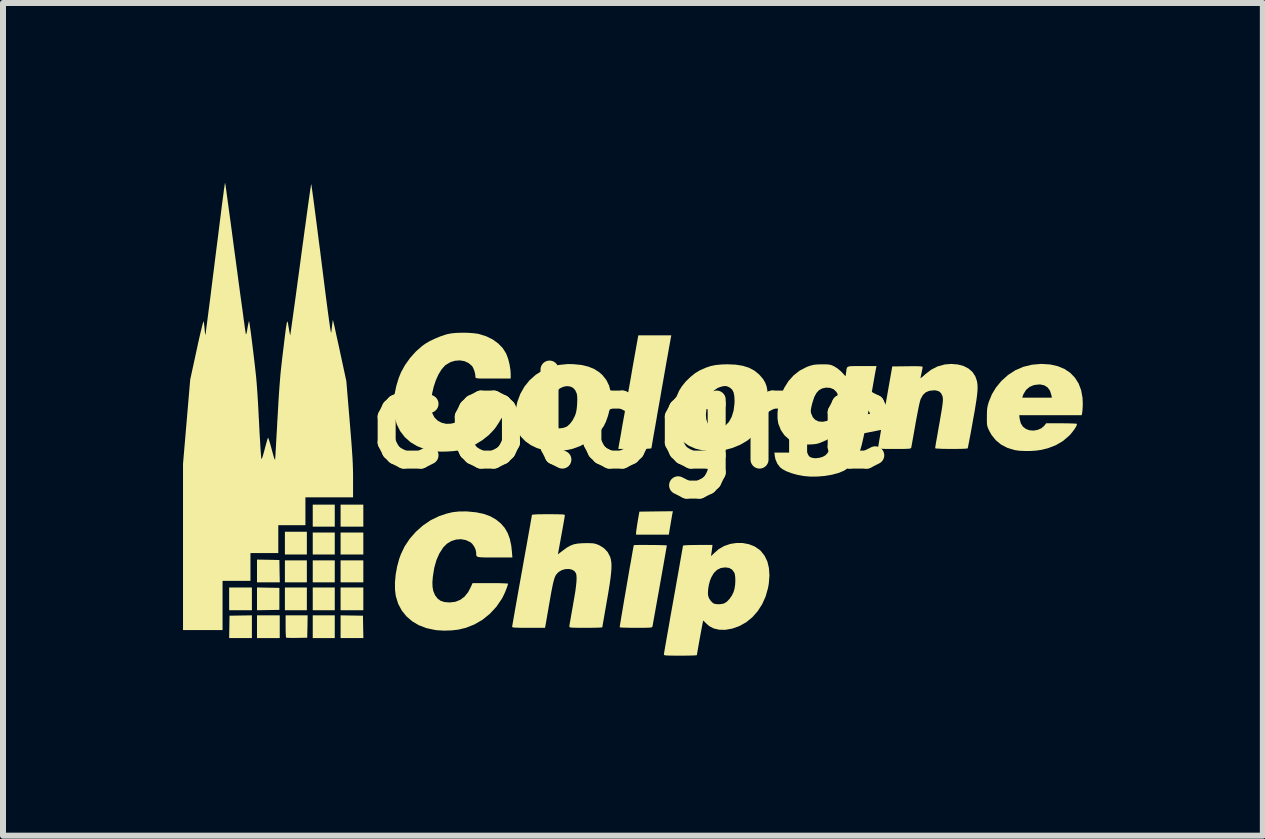
<source format=kicad_pcb>
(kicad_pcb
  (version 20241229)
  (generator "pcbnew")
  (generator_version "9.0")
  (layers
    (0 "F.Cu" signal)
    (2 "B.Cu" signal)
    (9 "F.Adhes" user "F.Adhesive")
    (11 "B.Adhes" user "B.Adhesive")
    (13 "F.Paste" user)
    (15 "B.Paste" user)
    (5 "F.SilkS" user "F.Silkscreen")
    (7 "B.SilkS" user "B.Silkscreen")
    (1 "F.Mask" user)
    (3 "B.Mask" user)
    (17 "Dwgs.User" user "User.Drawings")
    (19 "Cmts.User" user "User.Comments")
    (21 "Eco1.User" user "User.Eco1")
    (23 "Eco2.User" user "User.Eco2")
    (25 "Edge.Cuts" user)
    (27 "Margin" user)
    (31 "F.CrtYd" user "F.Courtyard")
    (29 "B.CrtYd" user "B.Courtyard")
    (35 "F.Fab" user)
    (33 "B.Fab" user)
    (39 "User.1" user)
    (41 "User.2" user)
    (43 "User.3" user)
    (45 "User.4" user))
  (footprint "cologne"
    (layer "F.Cu")
    (at 7.501 3.931)
    (property "Reference" "cologne" (at 0 0 0) (layer "F.SilkS") (effects (font (size 1.5 1.5) (thickness 0.3))))
    (attr board_only exclude_from_pos_files exclude_from_bom)
    (fp_poly (pts (xy -6.353 2.999) (xy -6.353 3.189) (xy -6.542 3.189) (xy -6.732 3.189) (xy -6.732 2.999) (xy -6.732 2.81) (xy -6.542 2.81) (xy -6.353 2.81)) (stroke (width 0) (type solid)) (fill yes) (layer "F.SilkS"))
    (fp_poly (pts (xy -6.353 3.463) (xy -6.353 3.653) (xy -6.543 3.653) (xy -6.732 3.653) (xy -6.729 3.467) (xy -6.726 3.28) (xy -6.539 3.277) (xy -6.353 3.274)) (stroke (width 0) (type solid)) (fill yes) (layer "F.SilkS"))
    (fp_poly (pts (xy -6.081 2.348) (xy -5.895 2.352) (xy -5.892 2.538) (xy -5.888 2.724) (xy -6.078 2.724) (xy -6.268 2.724) (xy -6.268 2.535) (xy -6.268 2.345)) (stroke (width 0) (type solid)) (fill yes) (layer "F.SilkS"))
    (fp_poly (pts (xy -6.081 2.813) (xy -5.895 2.816) (xy -5.895 2.999) (xy -5.895 3.183) (xy -6.081 3.186) (xy -6.268 3.189) (xy -6.268 2.999) (xy -6.268 2.809)) (stroke (width 0) (type solid)) (fill yes) (layer "F.SilkS"))
    (fp_poly (pts (xy -5.889 3.464) (xy -5.889 3.653) (xy -6.078 3.653) (xy -6.268 3.653) (xy -6.268 3.464) (xy -6.268 3.274) (xy -6.078 3.274) (xy -5.889 3.274)) (stroke (width 0) (type solid)) (fill yes) (layer "F.SilkS"))
    (fp_poly (pts (xy -5.437 2.071) (xy -5.437 2.26) (xy -5.62 2.26) (xy -5.803 2.26) (xy -5.803 2.071) (xy -5.803 1.881) (xy -5.62 1.881) (xy -5.437 1.881)) (stroke (width 0) (type solid)) (fill yes) (layer "F.SilkS"))
    (fp_poly (pts (xy -5.437 2.541) (xy -5.437 2.724) (xy -5.62 2.724) (xy -5.803 2.724) (xy -5.803 2.541) (xy -5.803 2.358) (xy -5.62 2.358) (xy -5.437 2.358)) (stroke (width 0) (type solid)) (fill yes) (layer "F.SilkS"))
    (fp_poly (pts (xy -5.437 2.999) (xy -5.437 3.189) (xy -5.62 3.189) (xy -5.803 3.189) (xy -5.803 2.999) (xy -5.803 2.81) (xy -5.62 2.81) (xy -5.437 2.81)) (stroke (width 0) (type solid)) (fill yes) (layer "F.SilkS"))
    (fp_poly (pts (xy -4.972 1.613) (xy -4.972 1.796) (xy -5.156 1.796) (xy -5.339 1.796) (xy -5.339 1.613) (xy -5.339 1.429) (xy -5.156 1.429) (xy -4.972 1.429)) (stroke (width 0) (type solid)) (fill yes) (layer "F.SilkS"))
    (fp_poly (pts (xy -4.972 2.077) (xy -4.972 2.26) (xy -5.156 2.26) (xy -5.339 2.26) (xy -5.339 2.077) (xy -5.339 1.894) (xy -5.156 1.894) (xy -4.972 1.894)) (stroke (width 0) (type solid)) (fill yes) (layer "F.SilkS"))
    (fp_poly (pts (xy -4.972 2.541) (xy -4.972 2.724) (xy -5.156 2.724) (xy -5.339 2.724) (xy -5.339 2.541) (xy -5.339 2.358) (xy -5.156 2.358) (xy -4.972 2.358)) (stroke (width 0) (type solid)) (fill yes) (layer "F.SilkS"))
    (fp_poly (pts (xy -4.972 2.999) (xy -4.972 3.189) (xy -5.156 3.189) (xy -5.339 3.189) (xy -5.339 2.999) (xy -5.339 2.81) (xy -5.156 2.81) (xy -4.972 2.81)) (stroke (width 0) (type solid)) (fill yes) (layer "F.SilkS"))
    (fp_poly (pts (xy -4.972 3.464) (xy -4.972 3.653) (xy -5.156 3.653) (xy -5.339 3.653) (xy -5.339 3.464) (xy -5.339 3.274) (xy -5.156 3.274) (xy -4.972 3.274)) (stroke (width 0) (type solid)) (fill yes) (layer "F.SilkS"))
    (fp_poly (pts (xy -4.688 3.277) (xy -4.502 3.28) (xy -4.499 3.467) (xy -4.495 3.653) (xy -4.685 3.653) (xy -4.875 3.653) (xy -4.875 3.463) (xy -4.875 3.274)) (stroke (width 0) (type solid)) (fill yes) (layer "F.SilkS"))
    (fp_poly (pts (xy -4.496 1.613) (xy -4.496 1.796) (xy -4.685 1.796) (xy -4.875 1.796) (xy -4.875 1.613) (xy -4.875 1.429) (xy -4.685 1.429) (xy -4.496 1.429)) (stroke (width 0) (type solid)) (fill yes) (layer "F.SilkS"))
    (fp_poly (pts (xy -4.496 2.077) (xy -4.496 2.26) (xy -4.685 2.26) (xy -4.875 2.26) (xy -4.875 2.077) (xy -4.875 1.894) (xy -4.685 1.894) (xy -4.496 1.894)) (stroke (width 0) (type solid)) (fill yes) (layer "F.SilkS"))
    (fp_poly (pts (xy -4.496 2.541) (xy -4.496 2.724) (xy -4.685 2.724) (xy -4.875 2.724) (xy -4.875 2.541) (xy -4.875 2.358) (xy -4.685 2.358) (xy -4.496 2.358)) (stroke (width 0) (type solid)) (fill yes) (layer "F.SilkS"))
    (fp_poly (pts (xy -4.496 2.999) (xy -4.496 3.189) (xy -4.685 3.189) (xy -4.875 3.189) (xy -4.875 2.999) (xy -4.875 2.81) (xy -4.685 2.81) (xy -4.496 2.81)) (stroke (width 0) (type solid)) (fill yes) (layer "F.SilkS"))
    (fp_poly (pts (xy -5.427 3.461) (xy -5.431 3.647) (xy -5.602 3.65) (xy -5.665 3.651) (xy -5.718 3.65) (xy -5.758 3.649) (xy -5.78 3.646) (xy -5.783 3.645) (xy -5.786 3.631) (xy -5.788 3.596) (xy -5.79 3.546) (xy -5.791 3.485) (xy -5.791 3.455) (xy -5.791 3.274) (xy -5.607 3.274) (xy -5.424 3.274)) (stroke (width 0) (type solid)) (fill yes) (layer "F.SilkS"))
    (fp_poly (pts (xy 0.656 1.573) (xy 0.651 1.597) (xy 0.644 1.64) (xy 0.634 1.696) (xy 0.624 1.758) (xy 0.622 1.768) (xy 0.595 1.93) (xy 0.322 1.93) (xy 0.049 1.93) (xy 0.05 1.897) (xy 0.052 1.872) (xy 0.058 1.829) (xy 0.066 1.774) (xy 0.076 1.712) (xy 0.077 1.704) (xy 0.105 1.546) (xy 0.384 1.542) (xy 0.663 1.539)) (stroke (width 0) (type solid)) (fill yes) (layer "F.SilkS"))
    (fp_poly (pts (xy 0.63 -1.359) (xy 0.626 -1.338) (xy 0.619 -1.296) (xy 0.608 -1.236) (xy 0.594 -1.158) (xy 0.578 -1.067) (xy 0.559 -0.963) (xy 0.539 -0.85) (xy 0.518 -0.73) (xy 0.496 -0.604) (xy 0.473 -0.475) (xy 0.451 -0.345) (xy 0.428 -0.218) (xy 0.406 -0.093) (xy 0.386 0.024) (xy 0.367 0.134) (xy 0.349 0.233) (xy 0.334 0.319) (xy 0.322 0.39) (xy 0.313 0.443) (xy 0.307 0.477) (xy 0.305 0.489) (xy 0.293 0.493) (xy 0.259 0.496) (xy 0.203 0.499) (xy 0.127 0.5) (xy 0.033 0.501) (xy 0.029 0.501) (xy -0.247 0.501) (xy -0.24 0.461) (xy -0.237 0.443) (xy -0.23 0.402) (xy -0.219 0.342) (xy -0.205 0.263) (xy -0.189 0.169) (xy -0.17 0.06) (xy -0.148 -0.06) (xy -0.125 -0.191) (xy -0.101 -0.329) (xy -0.08 -0.452) (xy -0.054 -0.596) (xy -0.03 -0.733) (xy -0.008 -0.862) (xy 0.013 -0.98) (xy 0.032 -1.086) (xy 0.048 -1.177) (xy 0.062 -1.253) (xy 0.072 -1.309) (xy 0.078 -1.346) (xy 0.081 -1.359) (xy 0.087 -1.393) (xy 0.362 -1.393) (xy 0.637 -1.393)) (stroke (width 0) (type solid)) (fill yes) (layer "F.SilkS"))
    (fp_poly (pts (xy 0.23 2.101) (xy 0.301 2.102) (xy 0.371 2.102) (xy 0.436 2.103) (xy 0.491 2.105) (xy 0.533 2.106) (xy 0.558 2.108) (xy 0.562 2.109) (xy 0.56 2.122) (xy 0.554 2.157) (xy 0.545 2.21) (xy 0.533 2.28) (xy 0.518 2.363) (xy 0.502 2.456) (xy 0.484 2.558) (xy 0.465 2.665) (xy 0.445 2.776) (xy 0.426 2.886) (xy 0.406 2.994) (xy 0.388 3.096) (xy 0.371 3.191) (xy 0.356 3.275) (xy 0.343 3.347) (xy 0.333 3.402) (xy 0.327 3.439) (xy 0.323 3.454) (xy 0.321 3.463) (xy 0.316 3.47) (xy 0.305 3.475) (xy 0.286 3.478) (xy 0.255 3.48) (xy 0.209 3.481) (xy 0.145 3.482) (xy 0.06 3.482) (xy 0.049 3.482) (xy -0.029 3.482) (xy -0.099 3.48) (xy -0.156 3.479) (xy -0.198 3.477) (xy -0.22 3.474) (xy -0.223 3.473) (xy -0.222 3.46) (xy -0.217 3.426) (xy -0.208 3.373) (xy -0.197 3.304) (xy -0.183 3.221) (xy -0.167 3.127) (xy -0.15 3.025) (xy -0.131 2.917) (xy -0.112 2.806) (xy -0.093 2.694) (xy -0.074 2.584) (xy -0.056 2.479) (xy -0.038 2.382) (xy -0.023 2.294) (xy -0.01 2.218) (xy 0.001 2.158) (xy 0.009 2.116) (xy 0.012 2.104) (xy 0.023 2.103) (xy 0.055 2.102) (xy 0.103 2.101) (xy 0.163 2.101)) (stroke (width 0) (type solid)) (fill yes) (layer "F.SilkS"))
    (fp_poly (pts (xy -0.996 -0.912) (xy -0.863 -0.899) (xy -0.749 -0.872) (xy -0.651 -0.833) (xy -0.565 -0.778) (xy -0.512 -0.731) (xy -0.446 -0.649) (xy -0.4 -0.554) (xy -0.375 -0.457) (xy -0.368 -0.367) (xy -0.374 -0.265) (xy -0.391 -0.156) (xy -0.419 -0.048) (xy -0.455 0.052) (xy -0.491 0.124) (xy -0.563 0.223) (xy -0.655 0.313) (xy -0.764 0.391) (xy -0.887 0.455) (xy -1.015 0.501) (xy -1.091 0.517) (xy -1.182 0.528) (xy -1.279 0.533) (xy -1.374 0.532) (xy -1.459 0.525) (xy -1.497 0.519) (xy -1.606 0.485) (xy -1.707 0.436) (xy -1.795 0.373) (xy -1.867 0.299) (xy -1.901 0.25) (xy -1.937 0.167) (xy -1.958 0.069) (xy -1.964 -0.04) (xy -1.963 -0.056) (xy -1.405 -0.056) (xy -1.398 0.017) (xy -1.376 0.078) (xy -1.344 0.123) (xy -1.327 0.136) (xy -1.281 0.153) (xy -1.223 0.158) (xy -1.163 0.15) (xy -1.11 0.131) (xy -1.097 0.123) (xy -1.051 0.081) (xy -1.007 0.022) (xy -0.972 -0.046) (xy -0.959 -0.079) (xy -0.946 -0.129) (xy -0.937 -0.192) (xy -0.932 -0.262) (xy -0.93 -0.33) (xy -0.933 -0.388) (xy -0.939 -0.422) (xy -0.965 -0.479) (xy -1.003 -0.519) (xy -1.052 -0.541) (xy -1.106 -0.546) (xy -1.164 -0.535) (xy -1.22 -0.508) (xy -1.273 -0.466) (xy -1.318 -0.408) (xy -1.337 -0.375) (xy -1.361 -0.311) (xy -1.382 -0.234) (xy -1.397 -0.152) (xy -1.405 -0.075) (xy -1.405 -0.056) (xy -1.963 -0.056) (xy -1.955 -0.156) (xy -1.931 -0.275) (xy -1.93 -0.281) (xy -1.88 -0.416) (xy -1.811 -0.538) (xy -1.725 -0.644) (xy -1.623 -0.735) (xy -1.506 -0.808) (xy -1.377 -0.863) (xy -1.237 -0.899) (xy -1.088 -0.914)) (stroke (width 0) (type solid)) (fill yes) (layer "F.SilkS"))
    (fp_poly (pts (xy 1.708 -0.904) (xy 1.827 -0.885) (xy 1.93 -0.853) (xy 2.019 -0.806) (xy 2.096 -0.744) (xy 2.114 -0.725) (xy 2.166 -0.664) (xy 2.202 -0.604) (xy 2.226 -0.539) (xy 2.24 -0.461) (xy 2.246 -0.379) (xy 2.24 -0.225) (xy 2.214 -0.082) (xy 2.166 0.049) (xy 2.099 0.167) (xy 2.013 0.27) (xy 1.908 0.359) (xy 1.786 0.431) (xy 1.647 0.487) (xy 1.517 0.52) (xy 1.437 0.531) (xy 1.345 0.535) (xy 1.251 0.534) (xy 1.166 0.526) (xy 1.152 0.524) (xy 1.036 0.495) (xy 0.93 0.448) (xy 0.838 0.385) (xy 0.762 0.31) (xy 0.706 0.223) (xy 0.702 0.214) (xy 0.669 0.117) (xy 0.655 0.009) (xy 0.657 -0.071) (xy 1.213 -0.071) (xy 1.219 0.006) (xy 1.241 0.069) (xy 1.278 0.12) (xy 1.278 0.12) (xy 1.301 0.142) (xy 1.321 0.154) (xy 1.345 0.158) (xy 1.382 0.158) (xy 1.404 0.157) (xy 1.454 0.152) (xy 1.488 0.144) (xy 1.516 0.129) (xy 1.535 0.115) (xy 1.597 0.05) (xy 1.643 -0.034) (xy 1.674 -0.134) (xy 1.689 -0.25) (xy 1.691 -0.299) (xy 1.687 -0.38) (xy 1.675 -0.441) (xy 1.652 -0.486) (xy 1.617 -0.518) (xy 1.595 -0.53) (xy 1.563 -0.544) (xy 1.535 -0.548) (xy 1.499 -0.544) (xy 1.481 -0.54) (xy 1.411 -0.517) (xy 1.354 -0.477) (xy 1.308 -0.42) (xy 1.27 -0.342) (xy 1.248 -0.273) (xy 1.223 -0.163) (xy 1.213 -0.071) (xy 0.657 -0.071) (xy 0.658 -0.109) (xy 0.679 -0.232) (xy 0.717 -0.355) (xy 0.767 -0.47) (xy 0.815 -0.546) (xy 0.88 -0.625) (xy 0.955 -0.698) (xy 1.034 -0.762) (xy 1.11 -0.808) (xy 1.112 -0.809) (xy 1.204 -0.85) (xy 1.291 -0.88) (xy 1.379 -0.898) (xy 1.477 -0.907) (xy 1.57 -0.91)) (stroke (width 0) (type solid)) (fill yes) (layer "F.SilkS"))
    (fp_poly (pts (xy 6.952 -0.907) (xy 7.079 -0.878) (xy 7.191 -0.831) (xy 7.286 -0.767) (xy 7.364 -0.686) (xy 7.425 -0.589) (xy 7.467 -0.478) (xy 7.49 -0.352) (xy 7.494 -0.263) (xy 7.493 -0.207) (xy 7.49 -0.155) (xy 7.486 -0.115) (xy 7.485 -0.107) (xy 7.476 -0.061) (xy 6.956 -0.061) (xy 6.435 -0.061) (xy 6.443 0.001) (xy 6.461 0.074) (xy 6.497 0.13) (xy 6.547 0.168) (xy 6.607 0.19) (xy 6.675 0.195) (xy 6.742 0.183) (xy 6.803 0.157) (xy 6.85 0.117) (xy 6.855 0.111) (xy 6.883 0.073) (xy 7.137 0.073) (xy 7.213 0.074) (xy 7.28 0.075) (xy 7.336 0.077) (xy 7.375 0.079) (xy 7.395 0.082) (xy 7.396 0.083) (xy 7.395 0.101) (xy 7.38 0.133) (xy 7.355 0.173) (xy 7.322 0.217) (xy 7.286 0.261) (xy 7.263 0.284) (xy 7.162 0.37) (xy 7.046 0.438) (xy 6.914 0.489) (xy 6.793 0.518) (xy 6.713 0.529) (xy 6.621 0.535) (xy 6.526 0.535) (xy 6.437 0.531) (xy 6.362 0.52) (xy 6.355 0.519) (xy 6.236 0.482) (xy 6.131 0.427) (xy 6.043 0.354) (xy 5.972 0.265) (xy 5.94 0.208) (xy 5.921 0.169) (xy 5.909 0.139) (xy 5.901 0.11) (xy 5.897 0.076) (xy 5.896 0.032) (xy 5.896 -0.03) (xy 5.896 -0.037) (xy 5.897 -0.107) (xy 5.9 -0.16) (xy 5.906 -0.204) (xy 5.917 -0.247) (xy 5.929 -0.287) (xy 5.957 -0.354) (xy 6.486 -0.354) (xy 6.732 -0.354) (xy 6.979 -0.354) (xy 6.97 -0.4) (xy 6.947 -0.471) (xy 6.908 -0.524) (xy 6.854 -0.559) (xy 6.785 -0.574) (xy 6.766 -0.574) (xy 6.681 -0.564) (xy 6.608 -0.533) (xy 6.55 -0.484) (xy 6.508 -0.417) (xy 6.494 -0.382) (xy 6.486 -0.354) (xy 5.957 -0.354) (xy 5.98 -0.411) (xy 6.048 -0.523) (xy 6.137 -0.631) (xy 6.138 -0.632) (xy 6.249 -0.732) (xy 6.371 -0.811) (xy 6.504 -0.868) (xy 6.647 -0.903) (xy 6.8 -0.916) (xy 6.811 -0.916)) (stroke (width 0) (type solid)) (fill yes) (layer "F.SilkS"))
    (fp_poly (pts (xy -2.761 1.543) (xy -2.616 1.557) (xy -2.49 1.583) (xy -2.38 1.623) (xy -2.285 1.677) (xy -2.202 1.745) (xy -2.139 1.818) (xy -2.091 1.901) (xy -2.055 1.997) (xy -2.031 2.109) (xy -2.02 2.208) (xy -2.012 2.309) (xy -2.306 2.309) (xy -2.401 2.309) (xy -2.474 2.309) (xy -2.528 2.307) (xy -2.566 2.304) (xy -2.591 2.298) (xy -2.606 2.289) (xy -2.613 2.275) (xy -2.615 2.258) (xy -2.615 2.234) (xy -2.615 2.231) (xy -2.624 2.181) (xy -2.648 2.128) (xy -2.682 2.081) (xy -2.711 2.056) (xy -2.786 2.02) (xy -2.867 2.005) (xy -2.949 2.011) (xy -3.029 2.036) (xy -3.102 2.08) (xy -3.163 2.141) (xy -3.165 2.144) (xy -3.229 2.243) (xy -3.278 2.355) (xy -3.314 2.483) (xy -3.337 2.628) (xy -3.345 2.725) (xy -3.342 2.805) (xy -3.329 2.871) (xy -3.304 2.931) (xy -3.299 2.941) (xy -3.258 2.995) (xy -3.207 3.032) (xy -3.142 3.053) (xy -3.06 3.059) (xy -3.054 3.059) (xy -2.961 3.048) (xy -2.879 3.015) (xy -2.809 2.962) (xy -2.749 2.887) (xy -2.711 2.815) (xy -2.675 2.737) (xy -2.383 2.737) (xy -2.301 2.737) (xy -2.227 2.738) (xy -2.166 2.74) (xy -2.119 2.742) (xy -2.091 2.744) (xy -2.085 2.746) (xy -2.087 2.761) (xy -2.097 2.793) (xy -2.113 2.836) (xy -2.132 2.884) (xy -2.154 2.933) (xy -2.175 2.975) (xy -2.188 2.999) (xy -2.28 3.133) (xy -2.388 3.249) (xy -2.509 3.347) (xy -2.643 3.425) (xy -2.787 3.482) (xy -2.912 3.512) (xy -3.026 3.525) (xy -3.149 3.529) (xy -3.269 3.522) (xy -3.305 3.517) (xy -3.445 3.487) (xy -3.572 3.438) (xy -3.683 3.372) (xy -3.778 3.29) (xy -3.856 3.193) (xy -3.915 3.082) (xy -3.953 2.959) (xy -3.954 2.957) (xy -3.968 2.849) (xy -3.969 2.727) (xy -3.957 2.596) (xy -3.933 2.463) (xy -3.898 2.333) (xy -3.872 2.261) (xy -3.808 2.126) (xy -3.722 1.997) (xy -3.619 1.88) (xy -3.502 1.776) (xy -3.374 1.689) (xy -3.238 1.623) (xy -3.231 1.62) (xy -3.116 1.581) (xy -3.009 1.555) (xy -2.902 1.543) (xy -2.785 1.542)) (stroke (width 0) (type solid)) (fill yes) (layer "F.SilkS"))
    (fp_poly (pts (xy -2.76 -1.435) (xy -2.669 -1.429) (xy -2.59 -1.419) (xy -2.563 -1.413) (xy -2.446 -1.376) (xy -2.34 -1.324) (xy -2.248 -1.257) (xy -2.173 -1.18) (xy -2.118 -1.093) (xy -2.114 -1.085) (xy -2.082 -1) (xy -2.058 -0.903) (xy -2.043 -0.805) (xy -2.04 -0.746) (xy -2.04 -0.672) (xy -2.334 -0.672) (xy -2.426 -0.672) (xy -2.496 -0.672) (xy -2.548 -0.673) (xy -2.584 -0.675) (xy -2.607 -0.678) (xy -2.62 -0.682) (xy -2.625 -0.687) (xy -2.627 -0.694) (xy -2.627 -0.696) (xy -2.632 -0.747) (xy -2.646 -0.802) (xy -2.666 -0.851) (xy -2.684 -0.881) (xy -2.741 -0.93) (xy -2.81 -0.962) (xy -2.886 -0.975) (xy -2.966 -0.969) (xy -3.044 -0.946) (xy -3.116 -0.903) (xy -3.139 -0.885) (xy -3.194 -0.822) (xy -3.244 -0.74) (xy -3.287 -0.644) (xy -3.322 -0.539) (xy -3.348 -0.43) (xy -3.363 -0.323) (xy -3.366 -0.222) (xy -3.355 -0.132) (xy -3.344 -0.089) (xy -3.309 -0.022) (xy -3.257 0.029) (xy -3.192 0.064) (xy -3.118 0.082) (xy -3.037 0.08) (xy -2.953 0.06) (xy -2.911 0.042) (xy -2.851 0.004) (xy -2.801 -0.047) (xy -2.755 -0.117) (xy -2.736 -0.156) (xy -2.699 -0.232) (xy -2.399 -0.232) (xy -2.1 -0.232) (xy -2.108 -0.205) (xy -2.137 -0.126) (xy -2.18 -0.037) (xy -2.231 0.053) (xy -2.287 0.138) (xy -2.314 0.174) (xy -2.402 0.267) (xy -2.509 0.352) (xy -2.628 0.426) (xy -2.755 0.483) (xy -2.853 0.514) (xy -2.922 0.528) (xy -3.007 0.538) (xy -3.099 0.544) (xy -3.192 0.546) (xy -3.275 0.543) (xy -3.329 0.537) (xy -3.472 0.504) (xy -3.6 0.454) (xy -3.712 0.387) (xy -3.806 0.303) (xy -3.882 0.204) (xy -3.939 0.089) (xy -3.977 -0.039) (xy -3.979 -0.05) (xy -3.991 -0.161) (xy -3.989 -0.285) (xy -3.974 -0.417) (xy -3.946 -0.55) (xy -3.907 -0.679) (xy -3.868 -0.776) (xy -3.801 -0.897) (xy -3.717 -1.015) (xy -3.621 -1.122) (xy -3.517 -1.214) (xy -3.464 -1.252) (xy -3.391 -1.295) (xy -3.303 -1.337) (xy -3.209 -1.376) (xy -3.119 -1.406) (xy -3.097 -1.412) (xy -3.031 -1.425) (xy -2.948 -1.433) (xy -2.856 -1.436)) (stroke (width 0) (type solid)) (fill yes) (layer "F.SilkS"))
    (fp_poly (pts (xy 5.411 -0.907) (xy 5.508 -0.881) (xy 5.59 -0.839) (xy 5.656 -0.782) (xy 5.703 -0.71) (xy 5.729 -0.635) (xy 5.736 -0.597) (xy 5.74 -0.558) (xy 5.741 -0.514) (xy 5.739 -0.463) (xy 5.733 -0.403) (xy 5.724 -0.33) (xy 5.71 -0.241) (xy 5.693 -0.135) (xy 5.67 -0.009) (xy 5.662 0.037) (xy 5.644 0.138) (xy 5.627 0.232) (xy 5.611 0.315) (xy 5.598 0.385) (xy 5.587 0.44) (xy 5.58 0.476) (xy 5.576 0.491) (xy 5.576 0.491) (xy 5.562 0.494) (xy 5.529 0.497) (xy 5.48 0.499) (xy 5.419 0.5) (xy 5.352 0.501) (xy 5.282 0.501) (xy 5.213 0.5) (xy 5.15 0.499) (xy 5.096 0.496) (xy 5.057 0.494) (xy 5.036 0.49) (xy 5.034 0.489) (xy 5.036 0.474) (xy 5.041 0.438) (xy 5.05 0.385) (xy 5.062 0.318) (xy 5.076 0.24) (xy 5.088 0.168) (xy 5.11 0.046) (xy 5.127 -0.055) (xy 5.141 -0.136) (xy 5.151 -0.201) (xy 5.158 -0.252) (xy 5.162 -0.292) (xy 5.163 -0.322) (xy 5.162 -0.346) (xy 5.159 -0.366) (xy 5.156 -0.378) (xy 5.133 -0.428) (xy 5.096 -0.46) (xy 5.043 -0.475) (xy 5.014 -0.476) (xy 4.937 -0.468) (xy 4.876 -0.442) (xy 4.829 -0.397) (xy 4.793 -0.331) (xy 4.789 -0.321) (xy 4.781 -0.292) (xy 4.769 -0.243) (xy 4.755 -0.177) (xy 4.74 -0.099) (xy 4.723 -0.011) (xy 4.706 0.083) (xy 4.703 0.101) (xy 4.687 0.192) (xy 4.672 0.276) (xy 4.659 0.35) (xy 4.648 0.41) (xy 4.64 0.454) (xy 4.636 0.477) (xy 4.635 0.48) (xy 4.631 0.486) (xy 4.622 0.492) (xy 4.606 0.496) (xy 4.578 0.498) (xy 4.536 0.5) (xy 4.477 0.501) (xy 4.398 0.501) (xy 4.355 0.501) (xy 4.262 0.501) (xy 4.191 0.5) (xy 4.14 0.498) (xy 4.106 0.495) (xy 4.087 0.491) (xy 4.081 0.486) (xy 4.081 0.486) (xy 4.084 0.471) (xy 4.09 0.435) (xy 4.099 0.379) (xy 4.112 0.305) (xy 4.127 0.217) (xy 4.145 0.115) (xy 4.165 0.003) (xy 4.186 -0.118) (xy 4.201 -0.202) (xy 4.319 -0.874) (xy 4.573 -0.877) (xy 4.661 -0.878) (xy 4.727 -0.878) (xy 4.775 -0.876) (xy 4.805 -0.874) (xy 4.821 -0.87) (xy 4.825 -0.865) (xy 4.823 -0.845) (xy 4.816 -0.81) (xy 4.808 -0.77) (xy 4.799 -0.728) (xy 4.792 -0.695) (xy 4.79 -0.68) (xy 4.798 -0.683) (xy 4.819 -0.699) (xy 4.851 -0.727) (xy 4.868 -0.743) (xy 4.968 -0.82) (xy 5.076 -0.875) (xy 5.193 -0.907) (xy 5.301 -0.916)) (stroke (width 0) (type solid)) (fill yes) (layer "F.SilkS"))
    (fp_poly (pts (xy 1.827 2.069) (xy 1.928 2.088) (xy 2.022 2.124) (xy 2.105 2.18) (xy 2.131 2.204) (xy 2.193 2.283) (xy 2.238 2.378) (xy 2.264 2.487) (xy 2.272 2.609) (xy 2.262 2.742) (xy 2.249 2.817) (xy 2.209 2.959) (xy 2.151 3.089) (xy 2.076 3.205) (xy 1.987 3.306) (xy 1.884 3.39) (xy 1.769 3.454) (xy 1.649 3.496) (xy 1.538 3.515) (xy 1.436 3.514) (xy 1.345 3.493) (xy 1.267 3.453) (xy 1.211 3.402) (xy 1.187 3.377) (xy 1.171 3.363) (xy 1.168 3.362) (xy 1.165 3.374) (xy 1.158 3.407) (xy 1.149 3.455) (xy 1.138 3.515) (xy 1.125 3.583) (xy 1.112 3.655) (xy 1.099 3.727) (xy 1.087 3.794) (xy 1.077 3.853) (xy 1.069 3.899) (xy 1.064 3.929) (xy 1.063 3.937) (xy 1.051 3.94) (xy 1.019 3.942) (xy 0.968 3.944) (xy 0.904 3.945) (xy 0.829 3.946) (xy 0.788 3.946) (xy 0.699 3.946) (xy 0.631 3.945) (xy 0.581 3.944) (xy 0.548 3.942) (xy 0.527 3.939) (xy 0.517 3.934) (xy 0.513 3.928) (xy 0.513 3.927) (xy 0.515 3.912) (xy 0.521 3.875) (xy 0.531 3.817) (xy 0.544 3.742) (xy 0.56 3.65) (xy 0.579 3.543) (xy 0.6 3.425) (xy 0.622 3.295) (xy 0.647 3.157) (xy 0.672 3.017) (xy 0.692 2.905) (xy 1.247 2.905) (xy 1.251 2.949) (xy 1.267 2.993) (xy 1.296 3.035) (xy 1.33 3.069) (xy 1.349 3.079) (xy 1.392 3.088) (xy 1.446 3.089) (xy 1.497 3.081) (xy 1.519 3.074) (xy 1.563 3.046) (xy 1.607 3) (xy 1.646 2.944) (xy 1.675 2.884) (xy 1.69 2.831) (xy 1.7 2.768) (xy 1.704 2.701) (xy 1.702 2.638) (xy 1.695 2.586) (xy 1.686 2.561) (xy 1.65 2.512) (xy 1.601 2.484) (xy 1.536 2.475) (xy 1.536 2.475) (xy 1.462 2.485) (xy 1.399 2.516) (xy 1.346 2.568) (xy 1.302 2.643) (xy 1.282 2.695) (xy 1.263 2.763) (xy 1.251 2.836) (xy 1.247 2.905) (xy 0.692 2.905) (xy 0.698 2.873) (xy 0.722 2.736) (xy 0.745 2.607) (xy 0.766 2.489) (xy 0.784 2.384) (xy 0.8 2.293) (xy 0.813 2.219) (xy 0.823 2.163) (xy 0.829 2.128) (xy 0.831 2.114) (xy 0.842 2.109) (xy 0.876 2.106) (xy 0.932 2.103) (xy 1.013 2.102) (xy 1.077 2.101) (xy 1.323 2.101) (xy 1.315 2.171) (xy 1.309 2.215) (xy 1.303 2.254) (xy 1.299 2.27) (xy 1.298 2.282) (xy 1.307 2.279) (xy 1.328 2.26) (xy 1.349 2.239) (xy 1.428 2.17) (xy 1.519 2.118) (xy 1.619 2.084) (xy 1.723 2.068)) (stroke (width 0) (type solid)) (fill yes) (layer "F.SilkS"))
    (fp_poly (pts (xy -1.318 1.589) (xy -1.247 1.59) (xy -1.195 1.591) (xy -1.162 1.594) (xy -1.143 1.598) (xy -1.137 1.603) (xy -1.137 1.604) (xy -1.139 1.619) (xy -1.145 1.656) (xy -1.154 1.709) (xy -1.166 1.777) (xy -1.18 1.856) (xy -1.195 1.938) (xy -1.253 2.257) (xy -1.167 2.191) (xy -1.102 2.144) (xy -1.045 2.112) (xy -0.987 2.09) (xy -0.924 2.078) (xy -0.847 2.072) (xy -0.794 2.071) (xy -0.729 2.071) (xy -0.682 2.073) (xy -0.647 2.077) (xy -0.617 2.085) (xy -0.587 2.096) (xy -0.564 2.106) (xy -0.485 2.155) (xy -0.425 2.218) (xy -0.384 2.296) (xy -0.382 2.302) (xy -0.371 2.34) (xy -0.364 2.383) (xy -0.36 2.432) (xy -0.361 2.491) (xy -0.366 2.561) (xy -0.375 2.645) (xy -0.389 2.745) (xy -0.408 2.864) (xy -0.432 3.004) (xy -0.438 3.037) (xy -0.455 3.136) (xy -0.471 3.227) (xy -0.485 3.309) (xy -0.497 3.377) (xy -0.506 3.429) (xy -0.511 3.462) (xy -0.513 3.473) (xy -0.525 3.476) (xy -0.557 3.478) (xy -0.608 3.48) (xy -0.672 3.481) (xy -0.747 3.482) (xy -0.788 3.482) (xy -0.877 3.482) (xy -0.944 3.481) (xy -0.993 3.48) (xy -1.027 3.478) (xy -1.047 3.475) (xy -1.058 3.471) (xy -1.062 3.465) (xy -1.063 3.46) (xy -1.061 3.443) (xy -1.055 3.405) (xy -1.045 3.349) (xy -1.033 3.28) (xy -1.019 3.2) (xy -1.003 3.112) (xy -1.002 3.103) (xy -0.979 2.972) (xy -0.961 2.863) (xy -0.95 2.773) (xy -0.943 2.701) (xy -0.942 2.645) (xy -0.945 2.602) (xy -0.952 2.573) (xy -0.978 2.536) (xy -1.02 2.512) (xy -1.072 2.501) (xy -1.129 2.504) (xy -1.185 2.519) (xy -1.237 2.549) (xy -1.259 2.569) (xy -1.274 2.586) (xy -1.288 2.605) (xy -1.3 2.629) (xy -1.312 2.66) (xy -1.323 2.699) (xy -1.336 2.75) (xy -1.349 2.814) (xy -1.365 2.895) (xy -1.382 2.993) (xy -1.403 3.112) (xy -1.417 3.195) (xy -1.43 3.268) (xy -1.441 3.334) (xy -1.451 3.39) (xy -1.458 3.43) (xy -1.461 3.448) (xy -1.468 3.482) (xy -1.742 3.482) (xy -1.834 3.482) (xy -1.903 3.481) (xy -1.954 3.479) (xy -1.987 3.477) (xy -2.007 3.473) (xy -2.015 3.468) (xy -2.016 3.466) (xy -2.014 3.451) (xy -2.008 3.415) (xy -1.998 3.358) (xy -1.985 3.283) (xy -1.969 3.191) (xy -1.95 3.085) (xy -1.929 2.966) (xy -1.906 2.836) (xy -1.881 2.697) (xy -1.855 2.551) (xy -1.851 2.531) (xy -1.825 2.384) (xy -1.8 2.244) (xy -1.776 2.114) (xy -1.755 1.993) (xy -1.736 1.886) (xy -1.719 1.792) (xy -1.706 1.715) (xy -1.695 1.656) (xy -1.689 1.618) (xy -1.686 1.601) (xy -1.686 1.6) (xy -1.674 1.596) (xy -1.639 1.593) (xy -1.584 1.59) (xy -1.508 1.589) (xy -1.416 1.588) (xy -1.411 1.588)) (stroke (width 0) (type solid)) (fill yes) (layer "F.SilkS"))
    (fp_poly (pts (xy 3.207 -0.909) (xy 3.251 -0.907) (xy 3.284 -0.902) (xy 3.313 -0.893) (xy 3.345 -0.878) (xy 3.35 -0.876) (xy 3.405 -0.842) (xy 3.46 -0.796) (xy 3.48 -0.776) (xy 3.54 -0.71) (xy 3.549 -0.767) (xy 3.554 -0.805) (xy 3.558 -0.834) (xy 3.565 -0.854) (xy 3.578 -0.867) (xy 3.6 -0.875) (xy 3.635 -0.879) (xy 3.686 -0.88) (xy 3.755 -0.88) (xy 3.813 -0.88) (xy 4.057 -0.88) (xy 4.05 -0.852) (xy 4.047 -0.835) (xy 4.04 -0.796) (xy 4.029 -0.738) (xy 4.016 -0.663) (xy 4 -0.574) (xy 3.983 -0.473) (xy 3.963 -0.363) (xy 3.943 -0.245) (xy 3.94 -0.232) (xy 3.912 -0.072) (xy 3.887 0.067) (xy 3.864 0.186) (xy 3.844 0.286) (xy 3.825 0.371) (xy 3.808 0.442) (xy 3.791 0.501) (xy 3.774 0.551) (xy 3.757 0.593) (xy 3.739 0.629) (xy 3.719 0.662) (xy 3.716 0.667) (xy 3.663 0.738) (xy 3.601 0.801) (xy 3.537 0.85) (xy 3.511 0.865) (xy 3.421 0.902) (xy 3.313 0.931) (xy 3.195 0.951) (xy 3.072 0.961) (xy 2.95 0.962) (xy 2.842 0.952) (xy 2.736 0.932) (xy 2.639 0.905) (xy 2.555 0.873) (xy 2.488 0.837) (xy 2.452 0.809) (xy 2.404 0.748) (xy 2.372 0.673) (xy 2.362 0.622) (xy 2.355 0.562) (xy 2.628 0.562) (xy 2.902 0.562) (xy 2.916 0.598) (xy 2.94 0.63) (xy 2.983 0.649) (xy 3.04 0.656) (xy 3.102 0.649) (xy 3.161 0.632) (xy 3.207 0.606) (xy 3.242 0.567) (xy 3.27 0.512) (xy 3.292 0.438) (xy 3.304 0.381) (xy 3.32 0.293) (xy 3.282 0.318) (xy 3.228 0.35) (xy 3.163 0.38) (xy 3.1 0.405) (xy 3.063 0.415) (xy 3.026 0.421) (xy 2.975 0.425) (xy 2.918 0.427) (xy 2.904 0.427) (xy 2.787 0.418) (xy 2.684 0.388) (xy 2.595 0.339) (xy 2.521 0.272) (xy 2.463 0.187) (xy 2.422 0.085) (xy 2.419 0.075) (xy 2.407 -0.007) (xy 2.407 -0.107) (xy 2.41 -0.131) (xy 2.961 -0.131) (xy 2.964 -0.104) (xy 2.968 -0.09) (xy 2.995 -0.027) (xy 3.038 0.018) (xy 3.093 0.043) (xy 3.161 0.048) (xy 3.227 0.035) (xy 3.284 0.005) (xy 3.332 -0.044) (xy 3.371 -0.11) (xy 3.398 -0.19) (xy 3.412 -0.281) (xy 3.413 -0.314) (xy 3.413 -0.367) (xy 3.409 -0.403) (xy 3.401 -0.429) (xy 3.389 -0.448) (xy 3.343 -0.493) (xy 3.284 -0.517) (xy 3.214 -0.521) (xy 3.15 -0.507) (xy 3.098 -0.478) (xy 3.055 -0.431) (xy 3.019 -0.364) (xy 2.99 -0.275) (xy 2.986 -0.262) (xy 2.972 -0.204) (xy 2.964 -0.162) (xy 2.961 -0.131) (xy 2.41 -0.131) (xy 2.422 -0.22) (xy 2.425 -0.238) (xy 2.462 -0.384) (xy 2.517 -0.514) (xy 2.589 -0.629) (xy 2.676 -0.726) (xy 2.777 -0.805) (xy 2.893 -0.865) (xy 2.925 -0.877) (xy 2.972 -0.892) (xy 3.016 -0.902) (xy 3.067 -0.907) (xy 3.132 -0.909) (xy 3.146 -0.909)) (stroke (width 0) (type solid)) (fill yes) (layer "F.SilkS"))
    (fp_poly (pts (xy -6.798 -3.929) (xy -6.798 -3.928) (xy -6.796 -3.914) (xy -6.79 -3.878) (xy -6.782 -3.821) (xy -6.772 -3.745) (xy -6.759 -3.65) (xy -6.744 -3.54) (xy -6.727 -3.416) (xy -6.708 -3.278) (xy -6.688 -3.129) (xy -6.667 -2.971) (xy -6.645 -2.805) (xy -6.628 -2.682) (xy -6.605 -2.51) (xy -6.583 -2.345) (xy -6.562 -2.189) (xy -6.542 -2.042) (xy -6.523 -1.906) (xy -6.506 -1.784) (xy -6.492 -1.676) (xy -6.479 -1.585) (xy -6.469 -1.511) (xy -6.461 -1.458) (xy -6.456 -1.426) (xy -6.455 -1.417) (xy -6.45 -1.41) (xy -6.444 -1.424) (xy -6.435 -1.46) (xy -6.428 -1.505) (xy -6.419 -1.556) (xy -6.41 -1.598) (xy -6.404 -1.624) (xy -6.401 -1.63) (xy -6.398 -1.62) (xy -6.392 -1.588) (xy -6.385 -1.537) (xy -6.375 -1.468) (xy -6.364 -1.386) (xy -6.352 -1.291) (xy -6.339 -1.186) (xy -6.331 -1.121) (xy -6.316 -0.996) (xy -6.303 -0.885) (xy -6.292 -0.785) (xy -6.282 -0.692) (xy -6.274 -0.601) (xy -6.267 -0.507) (xy -6.26 -0.407) (xy -6.253 -0.297) (xy -6.246 -0.172) (xy -6.239 -0.028) (xy -6.236 0.018) (xy -6.23 0.14) (xy -6.224 0.255) (xy -6.217 0.36) (xy -6.212 0.454) (xy -6.207 0.533) (xy -6.202 0.596) (xy -6.199 0.64) (xy -6.196 0.662) (xy -6.196 0.665) (xy -6.189 0.665) (xy -6.179 0.643) (xy -6.165 0.598) (xy -6.146 0.53) (xy -6.14 0.506) (xy -6.123 0.442) (xy -6.108 0.387) (xy -6.096 0.345) (xy -6.087 0.319) (xy -6.085 0.314) (xy -6.079 0.322) (xy -6.069 0.35) (xy -6.054 0.395) (xy -6.038 0.453) (xy -6.022 0.51) (xy -6.002 0.585) (xy -5.987 0.638) (xy -5.976 0.669) (xy -5.969 0.681) (xy -5.965 0.675) (xy -5.965 0.672) (xy -5.964 0.652) (xy -5.961 0.61) (xy -5.958 0.548) (xy -5.953 0.469) (xy -5.948 0.376) (xy -5.942 0.27) (xy -5.935 0.155) (xy -5.929 0.032) (xy -5.925 -0.024) (xy -5.916 -0.184) (xy -5.908 -0.324) (xy -5.9 -0.447) (xy -5.892 -0.557) (xy -5.884 -0.658) (xy -5.876 -0.754) (xy -5.866 -0.849) (xy -5.855 -0.948) (xy -5.843 -1.052) (xy -5.834 -1.124) (xy -5.818 -1.255) (xy -5.805 -1.363) (xy -5.794 -1.45) (xy -5.785 -1.518) (xy -5.777 -1.567) (xy -5.771 -1.601) (xy -5.766 -1.619) (xy -5.762 -1.623) (xy -5.758 -1.616) (xy -5.753 -1.599) (xy -5.748 -1.573) (xy -5.743 -1.539) (xy -5.741 -1.529) (xy -5.732 -1.476) (xy -5.724 -1.432) (xy -5.718 -1.402) (xy -5.715 -1.392) (xy -5.713 -1.402) (xy -5.708 -1.435) (xy -5.7 -1.489) (xy -5.69 -1.563) (xy -5.677 -1.654) (xy -5.662 -1.762) (xy -5.645 -1.885) (xy -5.626 -2.021) (xy -5.606 -2.168) (xy -5.585 -2.326) (xy -5.562 -2.492) (xy -5.542 -2.642) (xy -5.519 -2.815) (xy -5.496 -2.981) (xy -5.475 -3.138) (xy -5.454 -3.286) (xy -5.436 -3.422) (xy -5.419 -3.544) (xy -5.404 -3.652) (xy -5.391 -3.743) (xy -5.38 -3.817) (xy -5.372 -3.87) (xy -5.367 -3.903) (xy -5.365 -3.912) (xy -5.362 -3.902) (xy -5.357 -3.868) (xy -5.349 -3.814) (xy -5.339 -3.74) (xy -5.326 -3.648) (xy -5.312 -3.54) (xy -5.296 -3.417) (xy -5.278 -3.28) (xy -5.259 -3.132) (xy -5.239 -2.974) (xy -5.217 -2.808) (xy -5.198 -2.656) (xy -5.17 -2.435) (xy -5.145 -2.237) (xy -5.123 -2.062) (xy -5.103 -1.91) (xy -5.086 -1.78) (xy -5.071 -1.672) (xy -5.059 -1.585) (xy -5.049 -1.518) (xy -5.041 -1.471) (xy -5.036 -1.444) (xy -5.032 -1.436) (xy -5.031 -1.438) (xy -5.026 -1.475) (xy -5.02 -1.525) (xy -5.015 -1.568) (xy -5.01 -1.608) (xy -5.006 -1.637) (xy -5.002 -1.647) (xy -5.002 -1.646) (xy -4.999 -1.634) (xy -4.991 -1.6) (xy -4.978 -1.547) (xy -4.963 -1.478) (xy -4.945 -1.394) (xy -4.924 -1.3) (xy -4.901 -1.196) (xy -4.888 -1.135) (xy -4.779 -0.629) (xy -4.723 0.043) (xy -4.71 0.2) (xy -4.699 0.336) (xy -4.69 0.453) (xy -4.683 0.555) (xy -4.677 0.645) (xy -4.673 0.725) (xy -4.67 0.799) (xy -4.668 0.869) (xy -4.667 0.938) (xy -4.667 1.011) (xy -4.667 1.011) (xy -4.667 1.307) (xy -5.064 1.307) (xy -5.461 1.307) (xy -5.461 1.539) (xy -5.461 1.772) (xy -5.687 1.772) (xy -5.913 1.772) (xy -5.913 2.004) (xy -5.913 2.236) (xy -6.145 2.236) (xy -6.377 2.236) (xy -6.377 2.468) (xy -6.377 2.7) (xy -6.61 2.7) (xy -6.842 2.7) (xy -6.842 3.109) (xy -6.842 3.519) (xy -7.172 3.519) (xy -7.501 3.519) (xy -7.501 2.135) (xy -7.501 0.751) (xy -7.441 0.048) (xy -7.381 -0.655) (xy -7.273 -1.152) (xy -7.25 -1.259) (xy -7.228 -1.357) (xy -7.208 -1.443) (xy -7.19 -1.516) (xy -7.176 -1.572) (xy -7.165 -1.609) (xy -7.159 -1.626) (xy -7.158 -1.627) (xy -7.153 -1.605) (xy -7.148 -1.566) (xy -7.143 -1.517) (xy -7.141 -1.499) (xy -7.137 -1.452) (xy -7.132 -1.416) (xy -7.129 -1.397) (xy -7.128 -1.396) (xy -7.126 -1.408) (xy -7.121 -1.443) (xy -7.114 -1.499) (xy -7.104 -1.575) (xy -7.092 -1.668) (xy -7.078 -1.777) (xy -7.062 -1.901) (xy -7.044 -2.037) (xy -7.026 -2.185) (xy -7.006 -2.343) (xy -6.985 -2.508) (xy -6.971 -2.621) (xy -6.945 -2.829) (xy -6.921 -3.014) (xy -6.901 -3.177) (xy -6.883 -3.32) (xy -6.867 -3.444) (xy -6.854 -3.551) (xy -6.842 -3.641) (xy -6.832 -3.716) (xy -6.824 -3.777) (xy -6.818 -3.826) (xy -6.812 -3.863) (xy -6.808 -3.891) (xy -6.805 -3.91) (xy -6.803 -3.923) (xy -6.801 -3.929) (xy -6.799 -3.931)) (stroke (width 0) (type solid)) (fill yes) (layer "F.SilkS")))
  (gr_rect
    (start -3 -3)
    (end 17.996 10.877)
    (stroke (width 0.1) (type default))
    (fill no)
    (layer "Edge.Cuts")))
</source>
